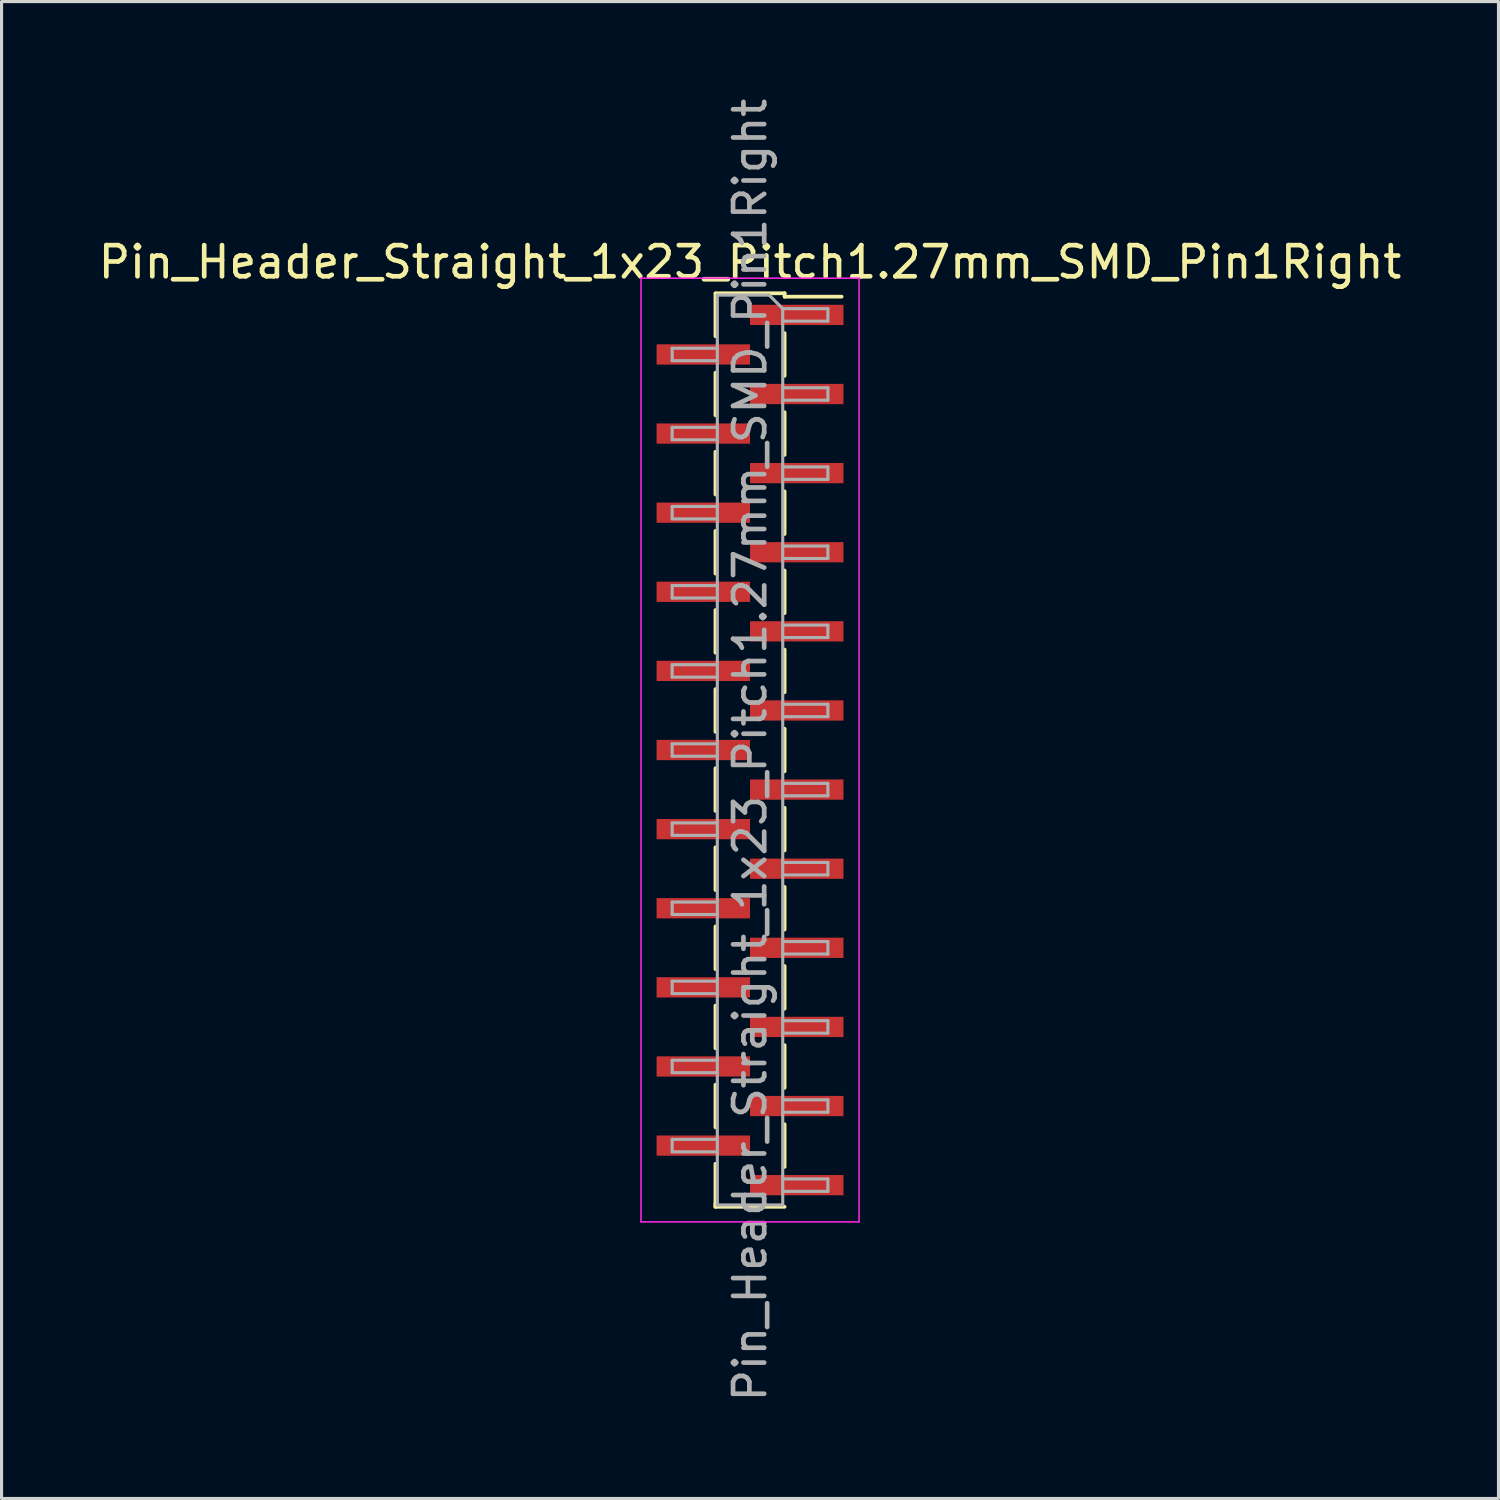
<source format=kicad_pcb>
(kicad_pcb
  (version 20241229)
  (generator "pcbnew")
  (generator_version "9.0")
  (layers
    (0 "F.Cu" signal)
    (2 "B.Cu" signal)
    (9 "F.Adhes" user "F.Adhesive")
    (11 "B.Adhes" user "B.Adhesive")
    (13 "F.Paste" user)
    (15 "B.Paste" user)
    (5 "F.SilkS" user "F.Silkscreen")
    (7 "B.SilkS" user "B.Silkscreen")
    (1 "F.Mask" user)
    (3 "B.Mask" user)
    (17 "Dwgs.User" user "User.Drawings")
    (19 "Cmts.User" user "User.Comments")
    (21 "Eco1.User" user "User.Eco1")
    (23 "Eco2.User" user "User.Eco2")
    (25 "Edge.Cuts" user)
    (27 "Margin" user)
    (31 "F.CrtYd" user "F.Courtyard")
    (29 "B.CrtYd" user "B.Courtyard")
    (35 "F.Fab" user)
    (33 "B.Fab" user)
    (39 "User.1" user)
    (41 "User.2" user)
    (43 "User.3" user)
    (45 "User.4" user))
  (footprint "Pin_Header_Straight_1x23_Pitch1.27mm_SMD_Pin1Right"
    (layer "F.Cu")
    (at 21.03 21.03)
    (property "Reference" "Pin_Header_Straight_1x23_Pitch1.27mm_SMD_Pin1Right" (at 0 -15.665 0) (layer "F.SilkS") (effects (font (size 1 1) (thickness 0.15))))
    (attr smd)
    (fp_line (start -1.11 -14.665) (end 1.11 -14.665) (stroke (width 0.12) (type solid)) (layer "F.SilkS"))
    (fp_line (start -1.11 -14.655) (end -1.11 -13.285) (stroke (width 0.12) (type solid)) (layer "F.SilkS"))
    (fp_line (start -1.11 -12.115) (end -1.11 -10.745) (stroke (width 0.12) (type solid)) (layer "F.SilkS"))
    (fp_line (start -1.11 -9.575) (end -1.11 -8.205) (stroke (width 0.12) (type solid)) (layer "F.SilkS"))
    (fp_line (start -1.11 -7.035) (end -1.11 -5.665) (stroke (width 0.12) (type solid)) (layer "F.SilkS"))
    (fp_line (start -1.11 -4.495) (end -1.11 -3.125) (stroke (width 0.12) (type solid)) (layer "F.SilkS"))
    (fp_line (start -1.11 -1.955) (end -1.11 -0.585) (stroke (width 0.12) (type solid)) (layer "F.SilkS"))
    (fp_line (start -1.11 0.585) (end -1.11 1.955) (stroke (width 0.12) (type solid)) (layer "F.SilkS"))
    (fp_line (start -1.11 3.125) (end -1.11 4.495) (stroke (width 0.12) (type solid)) (layer "F.SilkS"))
    (fp_line (start -1.11 5.665) (end -1.11 7.035) (stroke (width 0.12) (type solid)) (layer "F.SilkS"))
    (fp_line (start -1.11 8.205) (end -1.11 9.575) (stroke (width 0.12) (type solid)) (layer "F.SilkS"))
    (fp_line (start -1.11 10.745) (end -1.11 12.115) (stroke (width 0.12) (type solid)) (layer "F.SilkS"))
    (fp_line (start -1.11 13.285) (end -1.11 14.655) (stroke (width 0.12) (type solid)) (layer "F.SilkS"))
    (fp_line (start -1.11 14.555) (end -1.11 14.665) (stroke (width 0.12) (type solid)) (layer "F.SilkS"))
    (fp_line (start -1.11 14.665) (end 1.11 14.665) (stroke (width 0.12) (type solid)) (layer "F.SilkS"))
    (fp_line (start 1.11 -14.665) (end 1.11 -14.555) (stroke (width 0.12) (type solid)) (layer "F.SilkS"))
    (fp_line (start 1.11 -14.555) (end 2.94 -14.555) (stroke (width 0.12) (type solid)) (layer "F.SilkS"))
    (fp_line (start 1.11 -13.385) (end 1.11 -12.015) (stroke (width 0.12) (type solid)) (layer "F.SilkS"))
    (fp_line (start 1.11 -10.845) (end 1.11 -9.475) (stroke (width 0.12) (type solid)) (layer "F.SilkS"))
    (fp_line (start 1.11 -8.305) (end 1.11 -6.935) (stroke (width 0.12) (type solid)) (layer "F.SilkS"))
    (fp_line (start 1.11 -5.765) (end 1.11 -4.395) (stroke (width 0.12) (type solid)) (layer "F.SilkS"))
    (fp_line (start 1.11 -3.225) (end 1.11 -1.855) (stroke (width 0.12) (type solid)) (layer "F.SilkS"))
    (fp_line (start 1.11 -0.685) (end 1.11 0.685) (stroke (width 0.12) (type solid)) (layer "F.SilkS"))
    (fp_line (start 1.11 1.855) (end 1.11 3.225) (stroke (width 0.12) (type solid)) (layer "F.SilkS"))
    (fp_line (start 1.11 4.395) (end 1.11 5.765) (stroke (width 0.12) (type solid)) (layer "F.SilkS"))
    (fp_line (start 1.11 6.935) (end 1.11 8.305) (stroke (width 0.12) (type solid)) (layer "F.SilkS"))
    (fp_line (start 1.11 9.475) (end 1.11 10.845) (stroke (width 0.12) (type solid)) (layer "F.SilkS"))
    (fp_line (start 1.11 12.015) (end 1.11 13.385) (stroke (width 0.12) (type solid)) (layer "F.SilkS"))
    (fp_line (start -3.5 -15.15) (end -3.5 15.15) (stroke (width 0.05) (type solid)) (layer "F.CrtYd"))
    (fp_line (start -3.5 15.15) (end 3.5 15.15) (stroke (width 0.05) (type solid)) (layer "F.CrtYd"))
    (fp_line (start 3.5 -15.15) (end -3.5 -15.15) (stroke (width 0.05) (type solid)) (layer "F.CrtYd"))
    (fp_line (start 3.5 15.15) (end 3.5 -15.15) (stroke (width 0.05) (type solid)) (layer "F.CrtYd"))
    (fp_line (start -2.5 -12.9) (end -2.5 -12.5) (stroke (width 0.1) (type solid)) (layer "F.Fab"))
    (fp_line (start -2.5 -12.5) (end -1.05 -12.5) (stroke (width 0.1) (type solid)) (layer "F.Fab"))
    (fp_line (start -2.5 -10.36) (end -2.5 -9.96) (stroke (width 0.1) (type solid)) (layer "F.Fab"))
    (fp_line (start -2.5 -9.96) (end -1.05 -9.96) (stroke (width 0.1) (type solid)) (layer "F.Fab"))
    (fp_line (start -2.5 -7.82) (end -2.5 -7.42) (stroke (width 0.1) (type solid)) (layer "F.Fab"))
    (fp_line (start -2.5 -7.42) (end -1.05 -7.42) (stroke (width 0.1) (type solid)) (layer "F.Fab"))
    (fp_line (start -2.5 -5.28) (end -2.5 -4.88) (stroke (width 0.1) (type solid)) (layer "F.Fab"))
    (fp_line (start -2.5 -4.88) (end -1.05 -4.88) (stroke (width 0.1) (type solid)) (layer "F.Fab"))
    (fp_line (start -2.5 -2.74) (end -2.5 -2.34) (stroke (width 0.1) (type solid)) (layer "F.Fab"))
    (fp_line (start -2.5 -2.34) (end -1.05 -2.34) (stroke (width 0.1) (type solid)) (layer "F.Fab"))
    (fp_line (start -2.5 -0.2) (end -2.5 0.2) (stroke (width 0.1) (type solid)) (layer "F.Fab"))
    (fp_line (start -2.5 0.2) (end -1.05 0.2) (stroke (width 0.1) (type solid)) (layer "F.Fab"))
    (fp_line (start -2.5 2.34) (end -2.5 2.74) (stroke (width 0.1) (type solid)) (layer "F.Fab"))
    (fp_line (start -2.5 2.74) (end -1.05 2.74) (stroke (width 0.1) (type solid)) (layer "F.Fab"))
    (fp_line (start -2.5 4.88) (end -2.5 5.28) (stroke (width 0.1) (type solid)) (layer "F.Fab"))
    (fp_line (start -2.5 5.28) (end -1.05 5.28) (stroke (width 0.1) (type solid)) (layer "F.Fab"))
    (fp_line (start -2.5 7.42) (end -2.5 7.82) (stroke (width 0.1) (type solid)) (layer "F.Fab"))
    (fp_line (start -2.5 7.82) (end -1.05 7.82) (stroke (width 0.1) (type solid)) (layer "F.Fab"))
    (fp_line (start -2.5 9.96) (end -2.5 10.36) (stroke (width 0.1) (type solid)) (layer "F.Fab"))
    (fp_line (start -2.5 10.36) (end -1.05 10.36) (stroke (width 0.1) (type solid)) (layer "F.Fab"))
    (fp_line (start -2.5 12.5) (end -2.5 12.9) (stroke (width 0.1) (type solid)) (layer "F.Fab"))
    (fp_line (start -2.5 12.9) (end -1.05 12.9) (stroke (width 0.1) (type solid)) (layer "F.Fab"))
    (fp_line (start -1.05 -14.605) (end -1.05 14.605) (stroke (width 0.1) (type solid)) (layer "F.Fab"))
    (fp_line (start -1.05 -14.605) (end 0.615 -14.605) (stroke (width 0.1) (type solid)) (layer "F.Fab"))
    (fp_line (start -1.05 -12.9) (end -2.5 -12.9) (stroke (width 0.1) (type solid)) (layer "F.Fab"))
    (fp_line (start -1.05 -10.36) (end -2.5 -10.36) (stroke (width 0.1) (type solid)) (layer "F.Fab"))
    (fp_line (start -1.05 -7.82) (end -2.5 -7.82) (stroke (width 0.1) (type solid)) (layer "F.Fab"))
    (fp_line (start -1.05 -5.28) (end -2.5 -5.28) (stroke (width 0.1) (type solid)) (layer "F.Fab"))
    (fp_line (start -1.05 -2.74) (end -2.5 -2.74) (stroke (width 0.1) (type solid)) (layer "F.Fab"))
    (fp_line (start -1.05 -0.2) (end -2.5 -0.2) (stroke (width 0.1) (type solid)) (layer "F.Fab"))
    (fp_line (start -1.05 2.34) (end -2.5 2.34) (stroke (width 0.1) (type solid)) (layer "F.Fab"))
    (fp_line (start -1.05 4.88) (end -2.5 4.88) (stroke (width 0.1) (type solid)) (layer "F.Fab"))
    (fp_line (start -1.05 7.42) (end -2.5 7.42) (stroke (width 0.1) (type solid)) (layer "F.Fab"))
    (fp_line (start -1.05 9.96) (end -2.5 9.96) (stroke (width 0.1) (type solid)) (layer "F.Fab"))
    (fp_line (start -1.05 12.5) (end -2.5 12.5) (stroke (width 0.1) (type solid)) (layer "F.Fab"))
    (fp_line (start 1.05 -14.17) (end 0.615 -14.605) (stroke (width 0.1) (type solid)) (layer "F.Fab"))
    (fp_line (start 1.05 -14.17) (end 2.5 -14.17) (stroke (width 0.1) (type solid)) (layer "F.Fab"))
    (fp_line (start 1.05 -11.63) (end 2.5 -11.63) (stroke (width 0.1) (type solid)) (layer "F.Fab"))
    (fp_line (start 1.05 -9.09) (end 2.5 -9.09) (stroke (width 0.1) (type solid)) (layer "F.Fab"))
    (fp_line (start 1.05 -6.55) (end 2.5 -6.55) (stroke (width 0.1) (type solid)) (layer "F.Fab"))
    (fp_line (start 1.05 -4.01) (end 2.5 -4.01) (stroke (width 0.1) (type solid)) (layer "F.Fab"))
    (fp_line (start 1.05 -1.47) (end 2.5 -1.47) (stroke (width 0.1) (type solid)) (layer "F.Fab"))
    (fp_line (start 1.05 1.07) (end 2.5 1.07) (stroke (width 0.1) (type solid)) (layer "F.Fab"))
    (fp_line (start 1.05 3.61) (end 2.5 3.61) (stroke (width 0.1) (type solid)) (layer "F.Fab"))
    (fp_line (start 1.05 6.15) (end 2.5 6.15) (stroke (width 0.1) (type solid)) (layer "F.Fab"))
    (fp_line (start 1.05 8.69) (end 2.5 8.69) (stroke (width 0.1) (type solid)) (layer "F.Fab"))
    (fp_line (start 1.05 11.23) (end 2.5 11.23) (stroke (width 0.1) (type solid)) (layer "F.Fab"))
    (fp_line (start 1.05 13.77) (end 2.5 13.77) (stroke (width 0.1) (type solid)) (layer "F.Fab"))
    (fp_line (start 1.05 14.605) (end -1.05 14.605) (stroke (width 0.1) (type solid)) (layer "F.Fab"))
    (fp_line (start 1.05 14.605) (end 1.05 -14.17) (stroke (width 0.1) (type solid)) (layer "F.Fab"))
    (fp_line (start 2.5 -14.17) (end 2.5 -13.77) (stroke (width 0.1) (type solid)) (layer "F.Fab"))
    (fp_line (start 2.5 -13.77) (end 1.05 -13.77) (stroke (width 0.1) (type solid)) (layer "F.Fab"))
    (fp_line (start 2.5 -11.63) (end 2.5 -11.23) (stroke (width 0.1) (type solid)) (layer "F.Fab"))
    (fp_line (start 2.5 -11.23) (end 1.05 -11.23) (stroke (width 0.1) (type solid)) (layer "F.Fab"))
    (fp_line (start 2.5 -9.09) (end 2.5 -8.69) (stroke (width 0.1) (type solid)) (layer "F.Fab"))
    (fp_line (start 2.5 -8.69) (end 1.05 -8.69) (stroke (width 0.1) (type solid)) (layer "F.Fab"))
    (fp_line (start 2.5 -6.55) (end 2.5 -6.15) (stroke (width 0.1) (type solid)) (layer "F.Fab"))
    (fp_line (start 2.5 -6.15) (end 1.05 -6.15) (stroke (width 0.1) (type solid)) (layer "F.Fab"))
    (fp_line (start 2.5 -4.01) (end 2.5 -3.61) (stroke (width 0.1) (type solid)) (layer "F.Fab"))
    (fp_line (start 2.5 -3.61) (end 1.05 -3.61) (stroke (width 0.1) (type solid)) (layer "F.Fab"))
    (fp_line (start 2.5 -1.47) (end 2.5 -1.07) (stroke (width 0.1) (type solid)) (layer "F.Fab"))
    (fp_line (start 2.5 -1.07) (end 1.05 -1.07) (stroke (width 0.1) (type solid)) (layer "F.Fab"))
    (fp_line (start 2.5 1.07) (end 2.5 1.47) (stroke (width 0.1) (type solid)) (layer "F.Fab"))
    (fp_line (start 2.5 1.47) (end 1.05 1.47) (stroke (width 0.1) (type solid)) (layer "F.Fab"))
    (fp_line (start 2.5 3.61) (end 2.5 4.01) (stroke (width 0.1) (type solid)) (layer "F.Fab"))
    (fp_line (start 2.5 4.01) (end 1.05 4.01) (stroke (width 0.1) (type solid)) (layer "F.Fab"))
    (fp_line (start 2.5 6.15) (end 2.5 6.55) (stroke (width 0.1) (type solid)) (layer "F.Fab"))
    (fp_line (start 2.5 6.55) (end 1.05 6.55) (stroke (width 0.1) (type solid)) (layer "F.Fab"))
    (fp_line (start 2.5 8.69) (end 2.5 9.09) (stroke (width 0.1) (type solid)) (layer "F.Fab"))
    (fp_line (start 2.5 9.09) (end 1.05 9.09) (stroke (width 0.1) (type solid)) (layer "F.Fab"))
    (fp_line (start 2.5 11.23) (end 2.5 11.63) (stroke (width 0.1) (type solid)) (layer "F.Fab"))
    (fp_line (start 2.5 11.63) (end 1.05 11.63) (stroke (width 0.1) (type solid)) (layer "F.Fab"))
    (fp_line (start 2.5 13.77) (end 2.5 14.17) (stroke (width 0.1) (type solid)) (layer "F.Fab"))
    (fp_line (start 2.5 14.17) (end 1.05 14.17) (stroke (width 0.1) (type solid)) (layer "F.Fab"))
    (fp_text user "${REFERENCE}" (at 0 0 90) (layer "F.Fab") (effects (font (size 1 1) (thickness 0.15))))
    (pad "1" smd rect (at 1.5 -13.97) (size 3 0.65) (layers "F.Cu" "F.Mask" "F.Paste"))
    (pad "2" smd rect (at -1.5 -12.7) (size 3 0.65) (layers "F.Cu" "F.Mask" "F.Paste"))
    (pad "3" smd rect (at 1.5 -11.43) (size 3 0.65) (layers "F.Cu" "F.Mask" "F.Paste"))
    (pad "4" smd rect (at -1.5 -10.16) (size 3 0.65) (layers "F.Cu" "F.Mask" "F.Paste"))
    (pad "5" smd rect (at 1.5 -8.89) (size 3 0.65) (layers "F.Cu" "F.Mask" "F.Paste"))
    (pad "6" smd rect (at -1.5 -7.62) (size 3 0.65) (layers "F.Cu" "F.Mask" "F.Paste"))
    (pad "7" smd rect (at 1.5 -6.35) (size 3 0.65) (layers "F.Cu" "F.Mask" "F.Paste"))
    (pad "8" smd rect (at -1.5 -5.08) (size 3 0.65) (layers "F.Cu" "F.Mask" "F.Paste"))
    (pad "9" smd rect (at 1.5 -3.81) (size 3 0.65) (layers "F.Cu" "F.Mask" "F.Paste"))
    (pad "10" smd rect (at -1.5 -2.54) (size 3 0.65) (layers "F.Cu" "F.Mask" "F.Paste"))
    (pad "11" smd rect (at 1.5 -1.27) (size 3 0.65) (layers "F.Cu" "F.Mask" "F.Paste"))
    (pad "12" smd rect (at -1.5 0) (size 3 0.65) (layers "F.Cu" "F.Mask" "F.Paste"))
    (pad "13" smd rect (at 1.5 1.27) (size 3 0.65) (layers "F.Cu" "F.Mask" "F.Paste"))
    (pad "14" smd rect (at -1.5 2.54) (size 3 0.65) (layers "F.Cu" "F.Mask" "F.Paste"))
    (pad "15" smd rect (at 1.5 3.81) (size 3 0.65) (layers "F.Cu" "F.Mask" "F.Paste"))
    (pad "16" smd rect (at -1.5 5.08) (size 3 0.65) (layers "F.Cu" "F.Mask" "F.Paste"))
    (pad "17" smd rect (at 1.5 6.35) (size 3 0.65) (layers "F.Cu" "F.Mask" "F.Paste"))
    (pad "18" smd rect (at -1.5 7.62) (size 3 0.65) (layers "F.Cu" "F.Mask" "F.Paste"))
    (pad "19" smd rect (at 1.5 8.89) (size 3 0.65) (layers "F.Cu" "F.Mask" "F.Paste"))
    (pad "20" smd rect (at -1.5 10.16) (size 3 0.65) (layers "F.Cu" "F.Mask" "F.Paste"))
    (pad "21" smd rect (at 1.5 11.43) (size 3 0.65) (layers "F.Cu" "F.Mask" "F.Paste"))
    (pad "22" smd rect (at -1.5 12.7) (size 3 0.65) (layers "F.Cu" "F.Mask" "F.Paste"))
    (pad "23" smd rect (at 1.5 13.97) (size 3 0.65) (layers "F.Cu" "F.Mask" "F.Paste")))
  (gr_rect
    (start -3 -3)
    (end 45.06 45.06)
    (stroke (width 0.1) (type default))
    (fill no)
    (layer "Edge.Cuts")))
</source>
